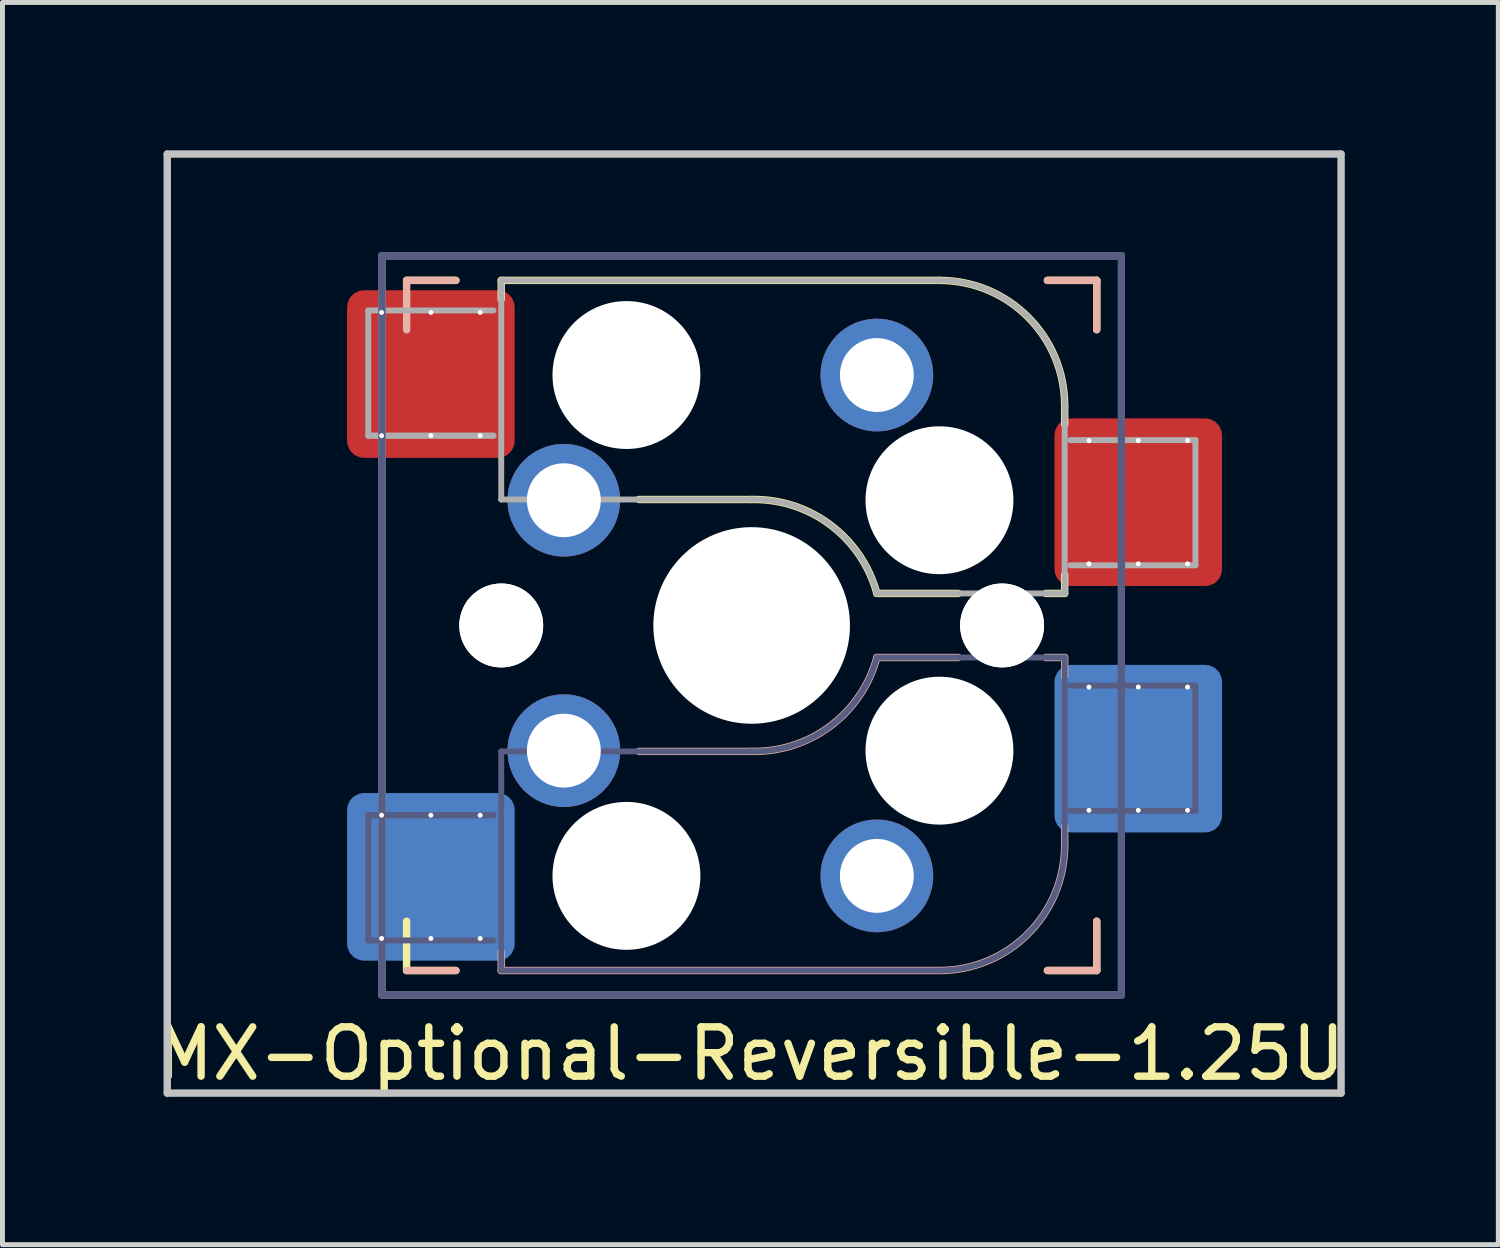
<source format=kicad_pcb>
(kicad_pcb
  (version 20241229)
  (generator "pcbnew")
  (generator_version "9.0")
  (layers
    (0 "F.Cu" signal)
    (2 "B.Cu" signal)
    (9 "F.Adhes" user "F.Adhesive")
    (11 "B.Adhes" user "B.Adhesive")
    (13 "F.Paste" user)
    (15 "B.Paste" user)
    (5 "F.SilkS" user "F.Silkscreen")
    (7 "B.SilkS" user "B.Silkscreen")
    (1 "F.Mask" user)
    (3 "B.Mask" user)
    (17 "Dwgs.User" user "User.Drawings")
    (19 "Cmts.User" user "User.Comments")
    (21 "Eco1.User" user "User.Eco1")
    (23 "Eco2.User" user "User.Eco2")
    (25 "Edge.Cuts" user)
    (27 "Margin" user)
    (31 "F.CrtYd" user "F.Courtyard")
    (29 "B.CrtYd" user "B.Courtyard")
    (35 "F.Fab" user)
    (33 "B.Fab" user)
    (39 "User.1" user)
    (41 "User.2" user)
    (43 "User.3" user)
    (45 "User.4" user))
  (footprint "MX-Optional-Reversible-1.25U"
    (layer "F.Cu")
    (at 12.249 9.6)
    (property "Reference" "MX-Optional-Reversible-1.25U" (at -0.077 8.726 180) (layer "F.SilkS") (effects (font (size 1 1) (thickness 0.15))))
    (attr smd)
    (fp_rect (start -8.258 -6.062) (end -4.858 -4.062) (stroke (width 0.1) (type solid)) (fill yes) (layer "F.Mask"))
    (fp_rect (start 6.092 -3.462) (end 9.492 -1.462) (stroke (width 0.1) (type solid)) (fill yes) (layer "F.Mask"))
    (fp_rect (start -4.858 4.138) (end -8.258 6.138) (stroke (width 0.1) (type solid)) (fill yes) (layer "B.Mask"))
    (fp_rect (start 9.492 1.538) (end 6.092 3.538) (stroke (width 0.1) (type solid)) (fill yes) (layer "B.Mask"))
    (fp_line (start -7.051 -6.962) (end -6.051 -6.962) (stroke (width 0.15) (type solid)) (layer "F.SilkS"))
    (fp_line (start -7.051 7.038) (end -7.051 6.038) (stroke (width 0.15) (type solid)) (layer "F.SilkS"))
    (fp_line (start -6.051 7.038) (end -7.051 7.038) (stroke (width 0.15) (type solid)) (layer "F.SilkS"))
    (fp_line (start -5.131 -6.581) (end -5.131 -6.962) (stroke (width 0.15) (type solid)) (layer "F.SilkS"))
    (fp_line (start -2.337 -2.517) (end -0.051 -2.517) (stroke (width 0.15) (type solid)) (layer "F.SilkS"))
    (fp_line (start 2.489 -0.612) (end 4.14 -0.612) (stroke (width 0.15) (type solid)) (layer "F.SilkS"))
    (fp_line (start 3.759 -6.962) (end -5.131 -6.962) (stroke (width 0.15) (type solid)) (layer "F.SilkS"))
    (fp_line (start 5.918 -0.612) (end 6.299 -0.612) (stroke (width 0.15) (type solid)) (layer "F.SilkS"))
    (fp_line (start 5.949 -6.962) (end 6.949 -6.962) (stroke (width 0.15) (type solid)) (layer "F.SilkS"))
    (fp_line (start 6.299 -4.041) (end 6.299 -4.422) (stroke (width 0.15) (type solid)) (layer "F.SilkS"))
    (fp_line (start 6.299 -0.612) (end 6.299 -0.993) (stroke (width 0.15) (type solid)) (layer "F.SilkS"))
    (fp_line (start 6.949 -6.962) (end 6.949 -5.962) (stroke (width 0.15) (type solid)) (layer "F.SilkS"))
    (fp_line (start 6.949 6.038) (end 6.949 7.038) (stroke (width 0.15) (type solid)) (layer "F.SilkS"))
    (fp_line (start 6.949 7.038) (end 5.949 7.038) (stroke (width 0.15) (type solid)) (layer "F.SilkS"))
    (fp_arc (start -0.05085 -2.51696) (mid 1.54712 -2.001754) (end 2.48915 -0.61196) (stroke (width 0.15) (type solid)) (layer "F.SilkS"))
    (fp_arc (start 3.75915 -6.96196) (mid 5.555201 -6.218011) (end 6.29915 -4.42196) (stroke (width 0.15) (type solid)) (layer "F.SilkS"))
    (fp_line (start -7.051 -6.962) (end -6.051 -6.962) (stroke (width 0.15) (type solid)) (layer "B.SilkS"))
    (fp_line (start -7.05 -6.96) (end -7.05 -5.96) (stroke (width 0.15) (type solid)) (layer "B.SilkS"))
    (fp_line (start -6.051 7.038) (end -7.051 7.038) (stroke (width 0.15) (type solid)) (layer "B.SilkS"))
    (fp_line (start -5.131 7.038) (end -5.131 6.657) (stroke (width 0.15) (type solid)) (layer "B.SilkS"))
    (fp_line (start -5.131 7.038) (end 3.759 7.038) (stroke (width 0.15) (type solid)) (layer "B.SilkS"))
    (fp_line (start -0.051 2.593) (end -2.337 2.593) (stroke (width 0.15) (type solid)) (layer "B.SilkS"))
    (fp_line (start 4.14 0.688) (end 2.489 0.688) (stroke (width 0.15) (type solid)) (layer "B.SilkS"))
    (fp_line (start 5.949 -6.962) (end 6.949 -6.962) (stroke (width 0.15) (type solid)) (layer "B.SilkS"))
    (fp_line (start 6.299 0.688) (end 5.918 0.688) (stroke (width 0.15) (type solid)) (layer "B.SilkS"))
    (fp_line (start 6.299 1.069) (end 6.299 0.688) (stroke (width 0.15) (type solid)) (layer "B.SilkS"))
    (fp_line (start 6.299 4.498) (end 6.299 4.117) (stroke (width 0.15) (type solid)) (layer "B.SilkS"))
    (fp_line (start 6.949 -6.962) (end 6.949 -5.962) (stroke (width 0.15) (type solid)) (layer "B.SilkS"))
    (fp_line (start 6.949 6.038) (end 6.949 7.038) (stroke (width 0.15) (type solid)) (layer "B.SilkS"))
    (fp_line (start 6.949 7.038) (end 5.949 7.038) (stroke (width 0.15) (type solid)) (layer "B.SilkS"))
    (fp_arc (start 2.48915 0.68804) (mid 1.547119 2.077831) (end -0.05085 2.59304) (stroke (width 0.15) (type solid)) (layer "B.SilkS"))
    (fp_arc (start 6.29915 4.49804) (mid 5.555201 6.294091) (end 3.75915 7.03804) (stroke (width 0.15) (type solid)) (layer "B.SilkS"))
    (fp_line (start -11.906 9.525) (end -11.906 -9.525) (stroke (width 0.15) (type solid)) (layer "Dwgs.User"))
    (fp_line (start 11.906 -9.525) (end -11.906 -9.525) (stroke (width 0.15) (type solid)) (layer "Dwgs.User"))
    (fp_line (start 11.906 9.525) (end -11.906 9.525) (stroke (width 0.15) (type solid)) (layer "Dwgs.User"))
    (fp_line (start 11.906 9.525) (end 11.906 -9.525) (stroke (width 0.15) (type solid)) (layer "Dwgs.User"))
    (fp_line (start -6.951 6.938) (end 6.849 6.938) (stroke (width 0.15) (type solid)) (layer "Eco2.User"))
    (fp_line (start -6.95 -6.86) (end -6.95 6.94) (stroke (width 0.15) (type solid)) (layer "Eco2.User"))
    (fp_line (start 6.848 6.94) (end 6.848 -6.86) (stroke (width 0.15) (type solid)) (layer "Eco2.User"))
    (fp_line (start 6.849 -6.862) (end -6.951 -6.862) (stroke (width 0.15) (type solid)) (layer "Eco2.User"))
    (fp_line (start -7.828 3.888) (end -7.828 6.428) (stroke (width 0.12) (type solid)) (layer "B.Fab"))
    (fp_line (start -7.828 6.428) (end -5.288 6.428) (stroke (width 0.12) (type solid)) (layer "B.Fab"))
    (fp_line (start -7.551 -7.462) (end 7.449 -7.462) (stroke (width 0.15) (type solid)) (layer "B.Fab"))
    (fp_line (start -7.551 7.538) (end -7.551 -7.462) (stroke (width 0.15) (type solid)) (layer "B.Fab"))
    (fp_line (start -5.288 3.888) (end -7.828 3.888) (stroke (width 0.12) (type solid)) (layer "B.Fab"))
    (fp_line (start -5.288 3.888) (end -7.828 3.888) (stroke (width 0.12) (type solid)) (layer "B.Fab"))
    (fp_line (start -5.131 2.593) (end -5.131 7.038) (stroke (width 0.12) (type solid)) (layer "B.Fab"))
    (fp_line (start -5.131 7.038) (end 3.759 7.038) (stroke (width 0.12) (type solid)) (layer "B.Fab"))
    (fp_line (start -0.051 2.593) (end -5.131 2.593) (stroke (width 0.12) (type solid)) (layer "B.Fab"))
    (fp_line (start 6.299 0.688) (end 2.489 0.688) (stroke (width 0.12) (type solid)) (layer "B.Fab"))
    (fp_line (start 6.299 4.498) (end 6.299 0.688) (stroke (width 0.12) (type solid)) (layer "B.Fab"))
    (fp_line (start 6.412 3.798) (end 8.952 3.798) (stroke (width 0.12) (type solid)) (layer "B.Fab"))
    (fp_line (start 7.449 -7.462) (end 7.449 7.538) (stroke (width 0.15) (type solid)) (layer "B.Fab"))
    (fp_line (start 7.449 7.538) (end -7.551 7.538) (stroke (width 0.15) (type solid)) (layer "B.Fab"))
    (fp_line (start 8.952 1.258) (end 6.412 1.258) (stroke (width 0.12) (type solid)) (layer "B.Fab"))
    (fp_line (start 8.952 3.798) (end 8.952 1.258) (stroke (width 0.12) (type solid)) (layer "B.Fab"))
    (fp_arc (start 2.48915 0.68804) (mid 1.547122 2.077836) (end -0.05085 2.59304) (stroke (width 0.12) (type solid)) (layer "B.Fab"))
    (fp_arc (start 6.29915 4.49804) (mid 5.555201 6.294091) (end 3.75915 7.03804) (stroke (width 0.12) (type solid)) (layer "B.Fab"))
    (fp_line (start -7.828 -6.352) (end -7.828 -3.812) (stroke (width 0.12) (type solid)) (layer "F.Fab"))
    (fp_line (start -7.828 -3.812) (end -5.288 -3.812) (stroke (width 0.12) (type solid)) (layer "F.Fab"))
    (fp_line (start -7.828 -3.812) (end -5.288 -3.812) (stroke (width 0.12) (type solid)) (layer "F.Fab"))
    (fp_line (start -7.551 -7.462) (end 7.449 -7.462) (stroke (width 0.15) (type solid)) (layer "F.Fab"))
    (fp_line (start -7.551 7.538) (end -7.551 -7.462) (stroke (width 0.15) (type solid)) (layer "F.Fab"))
    (fp_line (start -5.288 -6.352) (end -7.828 -6.352) (stroke (width 0.12) (type solid)) (layer "F.Fab"))
    (fp_line (start -5.131 -6.962) (end -5.131 -2.517) (stroke (width 0.12) (type solid)) (layer "F.Fab"))
    (fp_line (start -5.131 -2.517) (end -0.051 -2.517) (stroke (width 0.12) (type solid)) (layer "F.Fab"))
    (fp_line (start 2.489 -0.612) (end 6.299 -0.612) (stroke (width 0.12) (type solid)) (layer "F.Fab"))
    (fp_line (start 3.759 -6.962) (end -5.131 -6.962) (stroke (width 0.12) (type solid)) (layer "F.Fab"))
    (fp_line (start 6.299 -0.612) (end 6.299 -4.422) (stroke (width 0.12) (type solid)) (layer "F.Fab"))
    (fp_line (start 6.412 -1.182) (end 8.952 -1.182) (stroke (width 0.12) (type solid)) (layer "F.Fab"))
    (fp_line (start 7.449 7.538) (end -7.551 7.538) (stroke (width 0.15) (type solid)) (layer "F.Fab"))
    (fp_line (start 8.952 -3.722) (end 6.412 -3.722) (stroke (width 0.12) (type solid)) (layer "F.Fab"))
    (fp_line (start 8.952 -1.182) (end 8.952 -3.722) (stroke (width 0.12) (type solid)) (layer "F.Fab"))
    (fp_arc (start -0.05085 -2.51696) (mid 1.547122 -2.001755) (end 2.48915 -0.61196) (stroke (width 0.12) (type solid)) (layer "F.Fab"))
    (fp_arc (start 3.75915 -6.96196) (mid 5.555201 -6.218011) (end 6.29915 -4.42196) (stroke (width 0.12) (type solid)) (layer "F.Fab"))
    (pad "" np_thru_hole circle (at -5.131 0.038 180) (size 1.702 1.702) (drill 1.702) (layers "*.Cu" "*.Mask"))
    (pad "" np_thru_hole circle (at -5.131 0.038) (size 1.702 1.702) (drill 1.702) (layers "*.Cu" "*.Mask"))
    (pad "" np_thru_hole circle (at -2.591 -5.042) (size 3 3) (drill 3) (layers "*.Cu" "*.Mask"))
    (pad "" np_thru_hole circle (at -2.591 5.118 180) (size 3 3) (drill 3) (layers "*.Cu" "*.Mask"))
    (pad "" np_thru_hole circle (at -0.051 0.038) (size 3.988 3.988) (drill 3.988) (layers "*.Cu" "*.Mask"))
    (pad "" np_thru_hole circle (at 3.759 -2.502) (size 3 3) (drill 3) (layers "*.Cu" "*.Mask"))
    (pad "" np_thru_hole circle (at 3.759 2.578 180) (size 3 3) (drill 3) (layers "*.Cu" "*.Mask"))
    (pad "" np_thru_hole circle (at 5.029 0.038 180) (size 1.702 1.702) (drill 1.702) (layers "*.Cu" "*.Mask"))
    (pad "" np_thru_hole circle (at 5.029 0.038) (size 1.702 1.702) (drill 1.702) (layers "*.Cu" "*.Mask"))
    (pad "1" thru_hole circle (at -7.558 -6.312 270) (size 0.1 0.1) (drill 0.3) (layers "*.Cu" "*.Mask"))
    (pad "1" thru_hole circle (at -7.558 -3.812 270) (size 0.1 0.1) (drill 0.3) (layers "*.Cu" "*.Mask"))
    (pad "1" thru_hole circle (at -7.558 3.888 270) (size 0.1 0.1) (drill 0.3) (layers "*.Cu" "*.Mask"))
    (pad "1" thru_hole circle (at -7.558 6.388 270) (size 0.1 0.1) (drill 0.3) (layers "*.Cu" "*.Mask"))
    (pad "1" thru_hole circle (at -6.558 -6.312 270) (size 0.1 0.1) (drill 0.3) (layers "*.Cu"))
    (pad "1" smd roundrect (at -6.558 -5.062 180) (size 3.4 3.4) (property pad_prop_bga) (layers "F.Cu" "F.Paste") (roundrect_rratio 0.1))
    (pad "1" thru_hole circle (at -6.558 -3.812 270) (size 0.1 0.1) (drill 0.3) (layers "*.Cu" "*.Mask"))
    (pad "1" thru_hole circle (at -6.558 3.888 270) (size 0.1 0.1) (drill 0.3) (layers "*.Cu" "*.Mask"))
    (pad "1" smd roundrect (at -6.558 5.138) (size 3.4 3.4) (property pad_prop_bga) (layers "B.Cu" "B.Paste") (roundrect_rratio 0.1))
    (pad "1" thru_hole circle (at -6.558 6.388 270) (size 0.1 0.1) (drill 0.3) (layers "*.Cu"))
    (pad "1" thru_hole circle (at -5.558 -6.312 270) (size 0.1 0.1) (drill 0.3) (layers "*.Cu"))
    (pad "1" thru_hole circle (at -5.558 -3.812 270) (size 0.1 0.1) (drill 0.3) (layers "*.Cu" "*.Mask"))
    (pad "1" thru_hole circle (at -5.558 3.888 270) (size 0.1 0.1) (drill 0.3) (layers "*.Cu" "*.Mask"))
    (pad "1" thru_hole circle (at -5.558 6.388 270) (size 0.1 0.1) (drill 0.3) (layers "*.Cu"))
    (pad "1" thru_hole circle (at -3.861 -2.502) (size 2.286 2.286) (drill 1.499) (layers "*.Cu" "*.Mask"))
    (pad "1" thru_hole circle (at -3.861 2.578 180) (size 2.286 2.286) (drill 1.499) (layers "*.Cu" "*.Mask"))
    (pad "2" thru_hole circle (at 2.489 -5.042) (size 2.286 2.286) (drill 1.499) (layers "*.Cu" "*.Mask"))
    (pad "2" thru_hole circle (at 2.489 5.118 180) (size 2.286 2.286) (drill 1.499) (layers "*.Cu" "*.Mask"))
    (pad "2" thru_hole circle (at 6.792 -3.712 270) (size 0.1 0.1) (drill 0.3) (layers "*.Cu" "*.Mask"))
    (pad "2" thru_hole circle (at 6.792 -1.212 270) (size 0.1 0.1) (drill 0.3) (layers "*.Cu" "*.Mask"))
    (pad "2" thru_hole circle (at 6.792 1.288 270) (size 0.1 0.1) (drill 0.3) (layers "*.Cu" "*.Mask"))
    (pad "2" thru_hole circle (at 6.792 3.788 270) (size 0.1 0.1) (drill 0.3) (layers "*.Cu" "*.Mask"))
    (pad "2" thru_hole circle (at 7.792 -3.712 270) (size 0.1 0.1) (drill 0.3) (layers "*.Cu"))
    (pad "2" smd roundrect (at 7.792 -2.462 180) (size 3.4 3.4) (property pad_prop_bga) (layers "F.Cu" "F.Paste") (roundrect_rratio 0.1))
    (pad "2" thru_hole circle (at 7.792 -1.212 270) (size 0.1 0.1) (drill 0.3) (layers "*.Cu" "*.Mask"))
    (pad "2" thru_hole circle (at 7.792 1.288 270) (size 0.1 0.1) (drill 0.3) (layers "*.Cu" "*.Mask"))
    (pad "2" smd roundrect (at 7.792 2.538) (size 3.4 3.4) (property pad_prop_bga) (layers "B.Cu" "B.Paste") (roundrect_rratio 0.1))
    (pad "2" thru_hole circle (at 7.792 3.788 270) (size 0.1 0.1) (drill 0.3) (layers "*.Cu"))
    (pad "2" thru_hole circle (at 8.792 -3.712 270) (size 0.1 0.1) (drill 0.3) (layers "*.Cu"))
    (pad "2" thru_hole circle (at 8.792 -1.212 270) (size 0.1 0.1) (drill 0.3) (layers "*.Cu" "*.Mask"))
    (pad "2" thru_hole circle (at 8.792 1.288 270) (size 0.1 0.1) (drill 0.3) (layers "*.Cu" "*.Mask"))
    (pad "2" thru_hole circle (at 8.792 3.788 270) (size 0.1 0.1) (drill 0.3) (layers "*.Cu")))
  (gr_rect
    (start -3 -3)
    (end 27.345 22.2)
    (stroke (width 0.1) (type default))
    (fill no)
    (layer "Edge.Cuts")))
</source>
